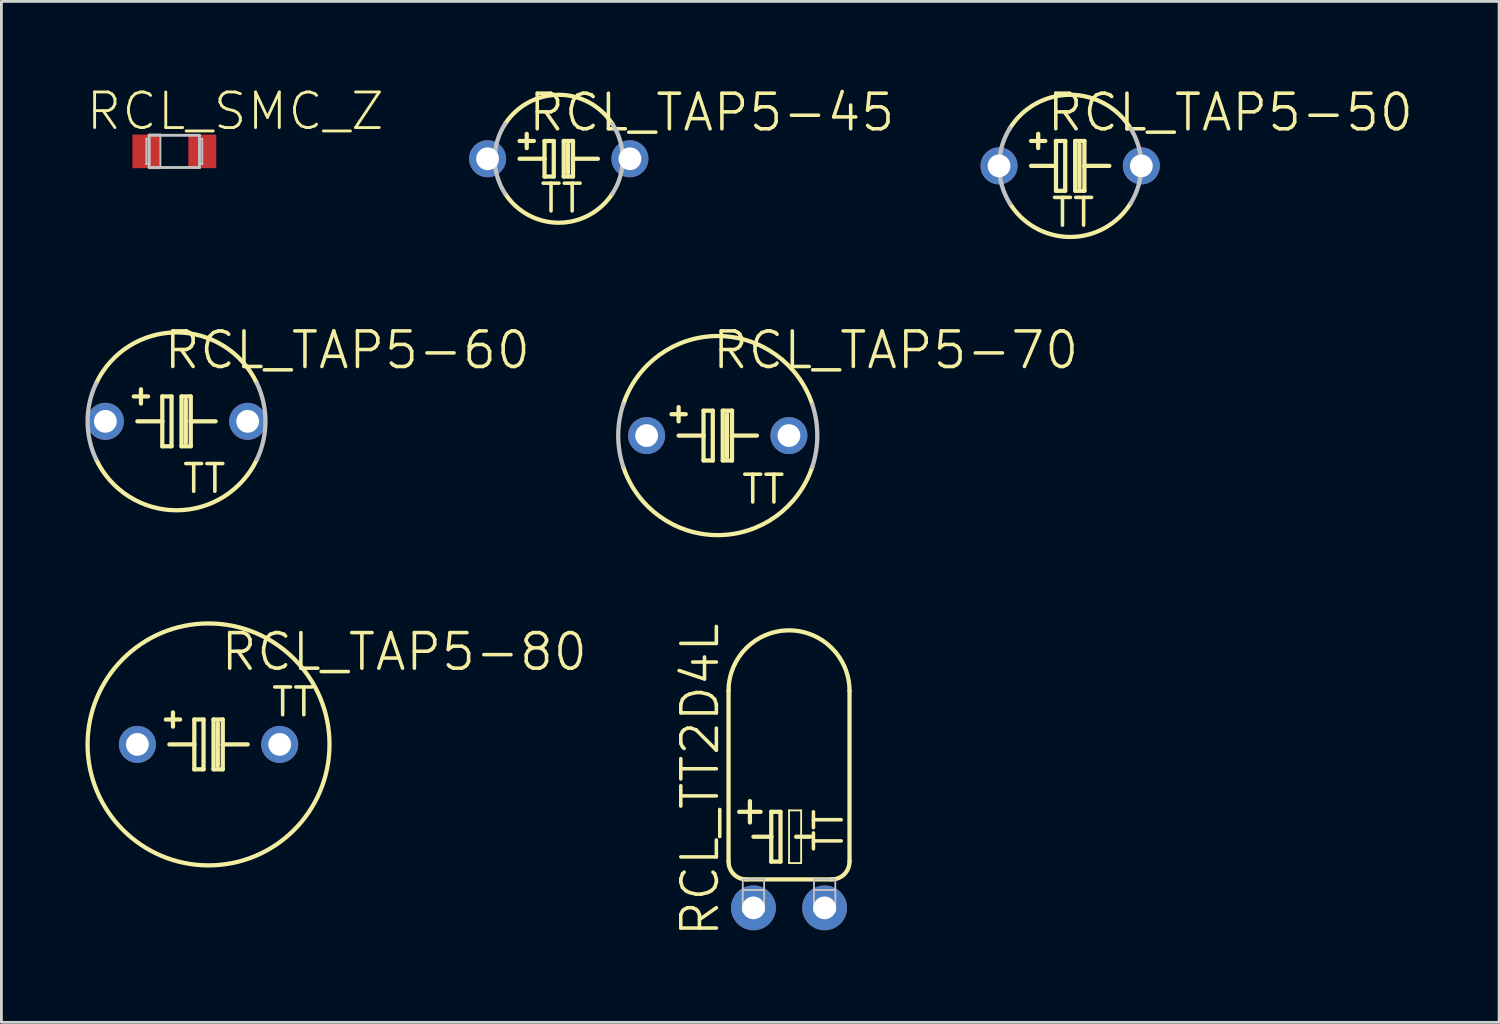
<source format=kicad_pcb>
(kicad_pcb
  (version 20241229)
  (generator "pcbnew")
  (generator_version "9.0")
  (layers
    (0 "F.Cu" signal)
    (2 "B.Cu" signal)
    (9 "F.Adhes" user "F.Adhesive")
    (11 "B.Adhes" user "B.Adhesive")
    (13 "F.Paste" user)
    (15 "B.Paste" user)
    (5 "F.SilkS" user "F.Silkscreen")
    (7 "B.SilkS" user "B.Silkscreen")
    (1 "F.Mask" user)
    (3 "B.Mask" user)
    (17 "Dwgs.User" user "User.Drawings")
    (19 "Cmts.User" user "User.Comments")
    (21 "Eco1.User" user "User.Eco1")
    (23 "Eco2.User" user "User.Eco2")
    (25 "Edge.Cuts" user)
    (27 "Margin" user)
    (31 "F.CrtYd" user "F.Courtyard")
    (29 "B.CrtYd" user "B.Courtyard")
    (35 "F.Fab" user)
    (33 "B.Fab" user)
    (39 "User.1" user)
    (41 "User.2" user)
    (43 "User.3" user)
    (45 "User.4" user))
  (footprint "RCL_TT2D4L"
    (layer "F.Cu")
    (at 25.115 29.357)
    (property "Reference" "RCL_TT2D4L" (at -3.175 -4.572 90) (layer "F.SilkS") (effects (font (size 1.27 1.27) (thickness 0.127))))
    (attr exclude_from_pos_files exclude_from_bom)
    (fp_line (start -2.159 -7.747) (end -2.159 -1.651) (stroke (width 0.152) (type solid)) (layer "F.SilkS"))
    (fp_line (start -1.778 -3.429) (end -1.016 -3.429) (stroke (width 0.152) (type solid)) (layer "F.SilkS"))
    (fp_line (start -1.524 -1.016) (end 1.524 -1.016) (stroke (width 0.152) (type solid)) (layer "F.SilkS"))
    (fp_line (start -1.397 -3.81) (end -1.397 -3.048) (stroke (width 0.152) (type solid)) (layer "F.SilkS"))
    (fp_line (start -1.27 -2.54) (end -0.635 -2.54) (stroke (width 0.152) (type solid)) (layer "F.SilkS"))
    (fp_line (start -0.635 -3.429) (end -0.635 -2.54) (stroke (width 0.152) (type solid)) (layer "F.SilkS"))
    (fp_line (start -0.635 -2.54) (end -0.635 -1.651) (stroke (width 0.152) (type solid)) (layer "F.SilkS"))
    (fp_line (start -0.635 -1.651) (end -0.305 -1.651) (stroke (width 0.152) (type solid)) (layer "F.SilkS"))
    (fp_line (start -0.305 -3.429) (end -0.635 -3.429) (stroke (width 0.152) (type solid)) (layer "F.SilkS"))
    (fp_line (start -0.305 -1.651) (end -0.305 -3.429) (stroke (width 0.152) (type solid)) (layer "F.SilkS"))
    (fp_line (start 0 -3.48) (end 0.432 -3.48) (stroke (width 0.066) (type solid)) (layer "F.SilkS"))
    (fp_line (start 0 -1.6) (end 0 -3.48) (stroke (width 0.066) (type solid)) (layer "F.SilkS"))
    (fp_line (start 0 -1.6) (end 0.432 -1.6) (stroke (width 0.066) (type solid)) (layer "F.SilkS"))
    (fp_line (start 0.254 -2.54) (end 0.762 -2.54) (stroke (width 0.152) (type solid)) (layer "F.SilkS"))
    (fp_line (start 0.432 -1.6) (end 0.432 -3.48) (stroke (width 0.066) (type solid)) (layer "F.SilkS"))
    (fp_line (start 2.159 -7.747) (end 2.159 -1.651) (stroke (width 0.152) (type solid)) (layer "F.SilkS"))
    (fp_arc (start -2.159 -7.747) (mid 0 -9.906) (end 2.159 -7.747) (stroke (width 0.1524) (type solid)) (layer "F.SilkS"))
    (fp_arc (start -1.524 -1.016) (mid -1.973013 -1.201987) (end -2.159 -1.651) (stroke (width 0.1524) (type solid)) (layer "F.SilkS"))
    (fp_arc (start 2.159 -1.651) (mid 1.973013 -1.201987) (end 1.524 -1.016) (stroke (width 0.1524) (type solid)) (layer "F.SilkS"))
    (fp_line (start -1.651 -1.016) (end -0.889 -1.016) (stroke (width 0.066) (type solid)) (layer "Dwgs.User"))
    (fp_line (start -1.651 -0.635) (end -1.651 -1.016) (stroke (width 0.066) (type solid)) (layer "Dwgs.User"))
    (fp_line (start -1.651 -0.635) (end -0.889 -0.635) (stroke (width 0.066) (type solid)) (layer "Dwgs.User"))
    (fp_line (start -1.651 -0.635) (end -0.889 -0.635) (stroke (width 0.066) (type solid)) (layer "Dwgs.User"))
    (fp_line (start -1.651 0.127) (end -1.651 -0.635) (stroke (width 0.066) (type solid)) (layer "Dwgs.User"))
    (fp_line (start -1.651 0.127) (end -0.889 0.127) (stroke (width 0.066) (type solid)) (layer "Dwgs.User"))
    (fp_line (start -0.889 -0.635) (end -0.889 -1.016) (stroke (width 0.066) (type solid)) (layer "Dwgs.User"))
    (fp_line (start -0.889 0.127) (end -0.889 -0.635) (stroke (width 0.066) (type solid)) (layer "Dwgs.User"))
    (fp_line (start 0.889 -1.016) (end 1.651 -1.016) (stroke (width 0.066) (type solid)) (layer "Dwgs.User"))
    (fp_line (start 0.889 -0.635) (end 0.889 -1.016) (stroke (width 0.066) (type solid)) (layer "Dwgs.User"))
    (fp_line (start 0.889 -0.635) (end 1.651 -0.635) (stroke (width 0.066) (type solid)) (layer "Dwgs.User"))
    (fp_line (start 0.889 -0.635) (end 1.651 -0.635) (stroke (width 0.066) (type solid)) (layer "Dwgs.User"))
    (fp_line (start 0.889 0.127) (end 0.889 -0.635) (stroke (width 0.066) (type solid)) (layer "Dwgs.User"))
    (fp_line (start 0.889 0.127) (end 1.651 0.127) (stroke (width 0.066) (type solid)) (layer "Dwgs.User"))
    (fp_line (start 1.651 -0.635) (end 1.651 -1.016) (stroke (width 0.066) (type solid)) (layer "Dwgs.User"))
    (fp_line (start 1.651 0.127) (end 1.651 -0.635) (stroke (width 0.066) (type solid)) (layer "Dwgs.User"))
    (fp_text user "TT" (at 1.41 -2.769 90) (layer "F.SilkS") (effects (font (size 0.991 0.991) (thickness 0.127))))
    (pad "+" thru_hole circle (at -1.27 0) (size 1.6 1.6) (drill 0.813) (layers "*.Cu" "*.Paste" "*.Mask"))
    (pad "-" thru_hole circle (at 1.27 0) (size 1.6 1.6) (drill 0.813) (layers "*.Cu" "*.Paste" "*.Mask")))
  (footprint "RCL_TAP5-60"
    (layer "F.Cu")
    (at 3.251 11.99)
    (property "Reference" "RCL_TAP5-60" (at 6.096 -2.54 0) (layer "F.SilkS") (effects (font (size 1.27 1.27) (thickness 0.127))))
    (attr exclude_from_pos_files exclude_from_bom)
    (fp_line (start -1.397 0) (end -0.508 0) (stroke (width 0.152) (type solid)) (layer "F.SilkS"))
    (fp_line (start -1.27 -0.635) (end -1.27 -1.143) (stroke (width 0.152) (type solid)) (layer "F.SilkS"))
    (fp_line (start -1.016 -0.889) (end -1.524 -0.889) (stroke (width 0.152) (type solid)) (layer "F.SilkS"))
    (fp_line (start -0.508 -0.889) (end -0.508 0) (stroke (width 0.152) (type solid)) (layer "F.SilkS"))
    (fp_line (start -0.508 0) (end -0.508 0.889) (stroke (width 0.152) (type solid)) (layer "F.SilkS"))
    (fp_line (start -0.508 0.889) (end -0.178 0.889) (stroke (width 0.152) (type solid)) (layer "F.SilkS"))
    (fp_line (start -0.178 -0.889) (end -0.508 -0.889) (stroke (width 0.152) (type solid)) (layer "F.SilkS"))
    (fp_line (start -0.178 0.889) (end -0.178 -0.889) (stroke (width 0.152) (type solid)) (layer "F.SilkS"))
    (fp_line (start 0.178 -0.889) (end 0.178 0.889) (stroke (width 0.152) (type solid)) (layer "F.SilkS"))
    (fp_line (start 0.178 0.889) (end 0.508 0.889) (stroke (width 0.152) (type solid)) (layer "F.SilkS"))
    (fp_line (start 0.33 0.762) (end 0.33 -0.762) (stroke (width 0.152) (type solid)) (layer "F.SilkS"))
    (fp_line (start 0.508 -0.889) (end 0.178 -0.889) (stroke (width 0.152) (type solid)) (layer "F.SilkS"))
    (fp_line (start 0.508 0) (end 0.508 -0.889) (stroke (width 0.152) (type solid)) (layer "F.SilkS"))
    (fp_line (start 0.508 0) (end 1.397 0) (stroke (width 0.152) (type solid)) (layer "F.SilkS"))
    (fp_line (start 0.508 0.889) (end 0.508 0) (stroke (width 0.152) (type solid)) (layer "F.SilkS"))
    (fp_arc (start -2.8702 -1.35636) (mid -0.003112 -3.174547) (end 2.867536 -1.361984) (stroke (width 0.1524) (type solid)) (layer "F.SilkS"))
    (fp_arc (start 2.8702 1.35636) (mid 0.003112 3.174547) (end -2.867536 1.361984) (stroke (width 0.1524) (type solid)) (layer "F.SilkS"))
    (fp_arc (start -2.8702 1.35636) (mid -3.174549 -0.000341) (end -2.869908 -1.356977) (stroke (width 0.1524) (type solid)) (layer "Dwgs.User"))
    (fp_arc (start 2.8702 -1.35636) (mid 3.174549 0.000341) (end 2.869908 1.356977) (stroke (width 0.1524) (type solid)) (layer "Dwgs.User"))
    (fp_text user "TT" (at 0.991 2.045 0) (layer "F.SilkS") (effects (font (size 0.991 0.991) (thickness 0.127))))
    (pad "+" thru_hole circle (at -2.54 0) (size 1.321 1.321) (drill 0.813) (layers "*.Cu" "*.Paste" "*.Mask"))
    (pad "-" thru_hole circle (at 2.54 0) (size 1.321 1.321) (drill 0.813) (layers "*.Cu" "*.Paste" "*.Mask")))
  (footprint "RCL_TAP5-45"
    (layer "F.Cu")
    (at 16.895 2.617)
    (property "Reference" "RCL_TAP5-45" (at 5.461 -1.651 0) (layer "F.SilkS") (effects (font (size 1.27 1.27) (thickness 0.127))))
    (attr exclude_from_pos_files exclude_from_bom)
    (fp_line (start -1.397 0) (end -0.508 0) (stroke (width 0.152) (type solid)) (layer "F.SilkS"))
    (fp_line (start -1.143 -0.381) (end -1.143 -0.889) (stroke (width 0.152) (type solid)) (layer "F.SilkS"))
    (fp_line (start -0.889 -0.635) (end -1.397 -0.635) (stroke (width 0.152) (type solid)) (layer "F.SilkS"))
    (fp_line (start -0.508 -0.635) (end -0.508 0) (stroke (width 0.152) (type solid)) (layer "F.SilkS"))
    (fp_line (start -0.508 0) (end -0.508 0.635) (stroke (width 0.152) (type solid)) (layer "F.SilkS"))
    (fp_line (start -0.508 0.635) (end -0.178 0.635) (stroke (width 0.152) (type solid)) (layer "F.SilkS"))
    (fp_line (start -0.178 -0.635) (end -0.508 -0.635) (stroke (width 0.152) (type solid)) (layer "F.SilkS"))
    (fp_line (start -0.178 0.635) (end -0.178 -0.635) (stroke (width 0.152) (type solid)) (layer "F.SilkS"))
    (fp_line (start 0.178 -0.635) (end 0.178 0.635) (stroke (width 0.152) (type solid)) (layer "F.SilkS"))
    (fp_line (start 0.178 0.635) (end 0.508 0.635) (stroke (width 0.152) (type solid)) (layer "F.SilkS"))
    (fp_line (start 0.33 0.508) (end 0.33 -0.508) (stroke (width 0.152) (type solid)) (layer "F.SilkS"))
    (fp_line (start 0.508 -0.635) (end 0.178 -0.635) (stroke (width 0.152) (type solid)) (layer "F.SilkS"))
    (fp_line (start 0.508 0) (end 0.508 -0.635) (stroke (width 0.152) (type solid)) (layer "F.SilkS"))
    (fp_line (start 0.508 0) (end 1.397 0) (stroke (width 0.152) (type solid)) (layer "F.SilkS"))
    (fp_line (start 0.508 0.635) (end 0.508 0) (stroke (width 0.152) (type solid)) (layer "F.SilkS"))
    (fp_arc (start -1.91262 -1.24714) (mid -0.001725 -2.283303) (end 1.910733 -1.250029) (stroke (width 0.1524) (type solid)) (layer "F.SilkS"))
    (fp_arc (start 1.91262 1.24714) (mid 0.001725 2.283303) (end -1.910733 1.250029) (stroke (width 0.1524) (type solid)) (layer "F.SilkS"))
    (fp_arc (start -1.91262 1.24714) (mid -2.283303 0.000267) (end -1.912912 -1.246693) (stroke (width 0.1524) (type solid)) (layer "Dwgs.User"))
    (fp_arc (start 1.91262 -1.24714) (mid 2.283303 -0.000267) (end 1.912912 1.246693) (stroke (width 0.1524) (type solid)) (layer "Dwgs.User"))
    (fp_text user "TT" (at 0.102 1.41 0) (layer "F.SilkS") (effects (font (size 0.991 0.991) (thickness 0.127))))
    (pad "+" thru_hole circle (at -2.54 0) (size 1.321 1.321) (drill 0.813) (layers "*.Cu" "*.Paste" "*.Mask"))
    (pad "-" thru_hole circle (at 2.54 0) (size 1.321 1.321) (drill 0.813) (layers "*.Cu" "*.Paste" "*.Mask")))
  (footprint "RCL_SMC_Z"
    (layer "F.Cu")
    (at 3.173 2.354)
    (property "Reference" "RCL_SMC_Z" (at 2.174 -1.433 0) (layer "F.SilkS") (effects (font (size 1.27 1.27) (thickness 0.102))))
    (attr smd)
    (fp_line (start -0.998 -0.45) (end -0.899 -0.45) (stroke (width 0.066) (type solid)) (layer "Dwgs.User"))
    (fp_line (start -0.998 0.45) (end -0.998 -0.45) (stroke (width 0.066) (type solid)) (layer "Dwgs.User"))
    (fp_line (start -0.998 0.45) (end -0.899 0.45) (stroke (width 0.066) (type solid)) (layer "Dwgs.User"))
    (fp_line (start -0.899 -0.599) (end -0.498 -0.599) (stroke (width 0.066) (type solid)) (layer "Dwgs.User"))
    (fp_line (start -0.899 -0.574) (end -0.899 0.574) (stroke (width 0.102) (type solid)) (layer "Dwgs.User"))
    (fp_line (start -0.899 -0.574) (end 0.899 -0.574) (stroke (width 0.102) (type solid)) (layer "Dwgs.User"))
    (fp_line (start -0.899 0.45) (end -0.899 -0.45) (stroke (width 0.066) (type solid)) (layer "Dwgs.User"))
    (fp_line (start -0.899 0.599) (end -0.899 -0.599) (stroke (width 0.066) (type solid)) (layer "Dwgs.User"))
    (fp_line (start -0.899 0.599) (end -0.498 0.599) (stroke (width 0.066) (type solid)) (layer "Dwgs.User"))
    (fp_line (start -0.498 0.599) (end -0.498 -0.599) (stroke (width 0.066) (type solid)) (layer "Dwgs.User"))
    (fp_line (start 0.899 -0.45) (end 0.998 -0.45) (stroke (width 0.066) (type solid)) (layer "Dwgs.User"))
    (fp_line (start 0.899 0.45) (end 0.899 -0.45) (stroke (width 0.066) (type solid)) (layer "Dwgs.User"))
    (fp_line (start 0.899 0.45) (end 0.998 0.45) (stroke (width 0.066) (type solid)) (layer "Dwgs.User"))
    (fp_line (start 0.899 0.574) (end -0.899 0.574) (stroke (width 0.102) (type solid)) (layer "Dwgs.User"))
    (fp_line (start 0.899 0.574) (end 0.899 -0.574) (stroke (width 0.102) (type solid)) (layer "Dwgs.User"))
    (fp_line (start 0.998 0.45) (end 0.998 -0.45) (stroke (width 0.066) (type solid)) (layer "Dwgs.User"))
    (pad "+" smd rect (at -0.998 0) (size 0.998 1.199) (layers "F.Cu" "F.Mask" "F.Paste"))
    (pad "-" smd rect (at 0.998 0) (size 0.998 1.199) (layers "F.Cu" "F.Mask" "F.Paste")))
  (footprint "RCL_TAP5-80"
    (layer "F.Cu")
    (at 4.394 23.522)
    (property "Reference" "RCL_TAP5-80" (at 6.985 -3.302 0) (layer "F.SilkS") (effects (font (size 1.27 1.27) (thickness 0.127))))
    (attr exclude_from_pos_files exclude_from_bom)
    (fp_line (start -1.397 0) (end -0.508 0) (stroke (width 0.152) (type solid)) (layer "F.SilkS"))
    (fp_line (start -1.27 -0.635) (end -1.27 -1.143) (stroke (width 0.152) (type solid)) (layer "F.SilkS"))
    (fp_line (start -1.016 -0.889) (end -1.524 -0.889) (stroke (width 0.152) (type solid)) (layer "F.SilkS"))
    (fp_line (start -0.508 -0.889) (end -0.508 0) (stroke (width 0.152) (type solid)) (layer "F.SilkS"))
    (fp_line (start -0.508 0) (end -0.508 0.889) (stroke (width 0.152) (type solid)) (layer "F.SilkS"))
    (fp_line (start -0.508 0.889) (end -0.178 0.889) (stroke (width 0.152) (type solid)) (layer "F.SilkS"))
    (fp_line (start -0.178 -0.889) (end -0.508 -0.889) (stroke (width 0.152) (type solid)) (layer "F.SilkS"))
    (fp_line (start -0.178 0.889) (end -0.178 -0.889) (stroke (width 0.152) (type solid)) (layer "F.SilkS"))
    (fp_line (start 0.178 -0.889) (end 0.178 0.889) (stroke (width 0.152) (type solid)) (layer "F.SilkS"))
    (fp_line (start 0.178 0.889) (end 0.508 0.889) (stroke (width 0.152) (type solid)) (layer "F.SilkS"))
    (fp_line (start 0.33 0.762) (end 0.33 -0.762) (stroke (width 0.152) (type solid)) (layer "F.SilkS"))
    (fp_line (start 0.508 -0.889) (end 0.178 -0.889) (stroke (width 0.152) (type solid)) (layer "F.SilkS"))
    (fp_line (start 0.508 0) (end 0.508 -0.889) (stroke (width 0.152) (type solid)) (layer "F.SilkS"))
    (fp_line (start 0.508 0) (end 1.397 0) (stroke (width 0.152) (type solid)) (layer "F.SilkS"))
    (fp_line (start 0.508 0.889) (end 0.508 0) (stroke (width 0.152) (type solid)) (layer "F.SilkS"))
    (fp_circle (center 0 0) (end 0 -4.318) (stroke (width 0.152) (type solid)) (fill no) (layer "F.SilkS"))
    (fp_text user "TT" (at 3.023 -1.511 0) (layer "F.SilkS") (effects (font (size 0.991 0.991) (thickness 0.127))))
    (pad "+" thru_hole circle (at -2.54 0) (size 1.321 1.321) (drill 0.813) (layers "*.Cu" "*.Paste" "*.Mask"))
    (pad "-" thru_hole circle (at 2.54 0) (size 1.321 1.321) (drill 0.813) (layers "*.Cu" "*.Paste" "*.Mask")))
  (footprint "RCL_TAP5-50"
    (layer "F.Cu")
    (at 35.151 2.871)
    (property "Reference" "RCL_TAP5-50" (at 5.715 -1.905 0) (layer "F.SilkS") (effects (font (size 1.27 1.27) (thickness 0.127))))
    (attr exclude_from_pos_files exclude_from_bom)
    (fp_line (start -1.397 0) (end -0.508 0) (stroke (width 0.152) (type solid)) (layer "F.SilkS"))
    (fp_line (start -1.143 -0.635) (end -1.143 -1.143) (stroke (width 0.152) (type solid)) (layer "F.SilkS"))
    (fp_line (start -0.889 -0.889) (end -1.397 -0.889) (stroke (width 0.152) (type solid)) (layer "F.SilkS"))
    (fp_line (start -0.508 -0.889) (end -0.508 0) (stroke (width 0.152) (type solid)) (layer "F.SilkS"))
    (fp_line (start -0.508 0) (end -0.508 0.889) (stroke (width 0.152) (type solid)) (layer "F.SilkS"))
    (fp_line (start -0.508 0.889) (end -0.178 0.889) (stroke (width 0.152) (type solid)) (layer "F.SilkS"))
    (fp_line (start -0.178 -0.889) (end -0.508 -0.889) (stroke (width 0.152) (type solid)) (layer "F.SilkS"))
    (fp_line (start -0.178 0.889) (end -0.178 -0.889) (stroke (width 0.152) (type solid)) (layer "F.SilkS"))
    (fp_line (start 0.178 -0.889) (end 0.178 0.889) (stroke (width 0.152) (type solid)) (layer "F.SilkS"))
    (fp_line (start 0.178 0.889) (end 0.508 0.889) (stroke (width 0.152) (type solid)) (layer "F.SilkS"))
    (fp_line (start 0.33 0.762) (end 0.33 -0.762) (stroke (width 0.152) (type solid)) (layer "F.SilkS"))
    (fp_line (start 0.508 -0.889) (end 0.178 -0.889) (stroke (width 0.152) (type solid)) (layer "F.SilkS"))
    (fp_line (start 0.508 0) (end 0.508 -0.889) (stroke (width 0.152) (type solid)) (layer "F.SilkS"))
    (fp_line (start 0.508 0) (end 1.397 0) (stroke (width 0.152) (type solid)) (layer "F.SilkS"))
    (fp_line (start 0.508 0.889) (end 0.508 0) (stroke (width 0.152) (type solid)) (layer "F.SilkS"))
    (fp_arc (start -2.15392 -1.34112) (mid -0.001855 -2.537316) (end 2.151957 -1.344268) (stroke (width 0.1524) (type solid)) (layer "F.SilkS"))
    (fp_arc (start 2.15392 1.34112) (mid 0.001855 2.537316) (end -2.151957 1.344268) (stroke (width 0.1524) (type solid)) (layer "F.SilkS"))
    (fp_arc (start -2.15392 1.34112) (mid -2.537316 0.000359) (end -2.154299 -1.34051) (stroke (width 0.1524) (type solid)) (layer "Dwgs.User"))
    (fp_arc (start 2.15392 -1.34112) (mid 2.537316 -0.000359) (end 2.154299 1.34051) (stroke (width 0.1524) (type solid)) (layer "Dwgs.User"))
    (fp_text user "TT" (at 0.102 1.664 0) (layer "F.SilkS") (effects (font (size 0.991 0.991) (thickness 0.127))))
    (pad "+" thru_hole circle (at -2.54 0) (size 1.321 1.321) (drill 0.813) (layers "*.Cu" "*.Paste" "*.Mask"))
    (pad "-" thru_hole circle (at 2.54 0) (size 1.321 1.321) (drill 0.813) (layers "*.Cu" "*.Paste" "*.Mask")))
  (footprint "RCL_TAP5-70"
    (layer "F.Cu")
    (at 22.571 12.498)
    (property "Reference" "RCL_TAP5-70" (at 6.35 -3.048 0) (layer "F.SilkS") (effects (font (size 1.27 1.27) (thickness 0.127))))
    (attr exclude_from_pos_files exclude_from_bom)
    (fp_line (start -1.397 -0.508) (end -1.397 -1.016) (stroke (width 0.152) (type solid)) (layer "F.SilkS"))
    (fp_line (start -1.397 0) (end -0.508 0) (stroke (width 0.152) (type solid)) (layer "F.SilkS"))
    (fp_line (start -1.143 -0.762) (end -1.651 -0.762) (stroke (width 0.152) (type solid)) (layer "F.SilkS"))
    (fp_line (start -0.508 -0.889) (end -0.508 0) (stroke (width 0.152) (type solid)) (layer "F.SilkS"))
    (fp_line (start -0.508 0) (end -0.508 0.889) (stroke (width 0.152) (type solid)) (layer "F.SilkS"))
    (fp_line (start -0.508 0.889) (end -0.178 0.889) (stroke (width 0.152) (type solid)) (layer "F.SilkS"))
    (fp_line (start -0.178 -0.889) (end -0.508 -0.889) (stroke (width 0.152) (type solid)) (layer "F.SilkS"))
    (fp_line (start -0.178 0.889) (end -0.178 -0.889) (stroke (width 0.152) (type solid)) (layer "F.SilkS"))
    (fp_line (start 0.178 -0.889) (end 0.178 0.889) (stroke (width 0.152) (type solid)) (layer "F.SilkS"))
    (fp_line (start 0.178 0.889) (end 0.508 0.889) (stroke (width 0.152) (type solid)) (layer "F.SilkS"))
    (fp_line (start 0.33 0.762) (end 0.33 -0.762) (stroke (width 0.152) (type solid)) (layer "F.SilkS"))
    (fp_line (start 0.508 -0.889) (end 0.178 -0.889) (stroke (width 0.152) (type solid)) (layer "F.SilkS"))
    (fp_line (start 0.508 0) (end 0.508 -0.889) (stroke (width 0.152) (type solid)) (layer "F.SilkS"))
    (fp_line (start 0.508 0) (end 1.397 0) (stroke (width 0.152) (type solid)) (layer "F.SilkS"))
    (fp_line (start 0.508 0.889) (end 0.508 0) (stroke (width 0.152) (type solid)) (layer "F.SilkS"))
    (fp_arc (start -3.37312 -1.1176) (mid -0.004258 -3.553442) (end 3.370432 -1.125681) (stroke (width 0.1524) (type solid)) (layer "F.SilkS"))
    (fp_arc (start 3.37312 1.1176) (mid 0.004258 3.553442) (end -3.370432 1.125681) (stroke (width 0.1524) (type solid)) (layer "F.SilkS"))
    (fp_arc (start -3.37312 1.1176) (mid -3.553444 -0.001157) (end -3.372391 -1.119797) (stroke (width 0.1524) (type solid)) (layer "Dwgs.User"))
    (fp_arc (start 3.37312 -1.1176) (mid 3.553444 0.001157) (end 3.372391 1.119797) (stroke (width 0.1524) (type solid)) (layer "Dwgs.User"))
    (fp_text user "TT" (at 1.626 1.918 0) (layer "F.SilkS") (effects (font (size 0.991 0.991) (thickness 0.127))))
    (pad "+" thru_hole circle (at -2.54 0) (size 1.321 1.321) (drill 0.813) (layers "*.Cu" "*.Paste" "*.Mask"))
    (pad "-" thru_hole circle (at 2.54 0) (size 1.321 1.321) (drill 0.813) (layers "*.Cu" "*.Paste" "*.Mask")))
  (gr_rect
    (start -3 -3)
    (end 50.461 33.443)
    (stroke (width 0.1) (type default))
    (fill no)
    (layer "Edge.Cuts")))
</source>
